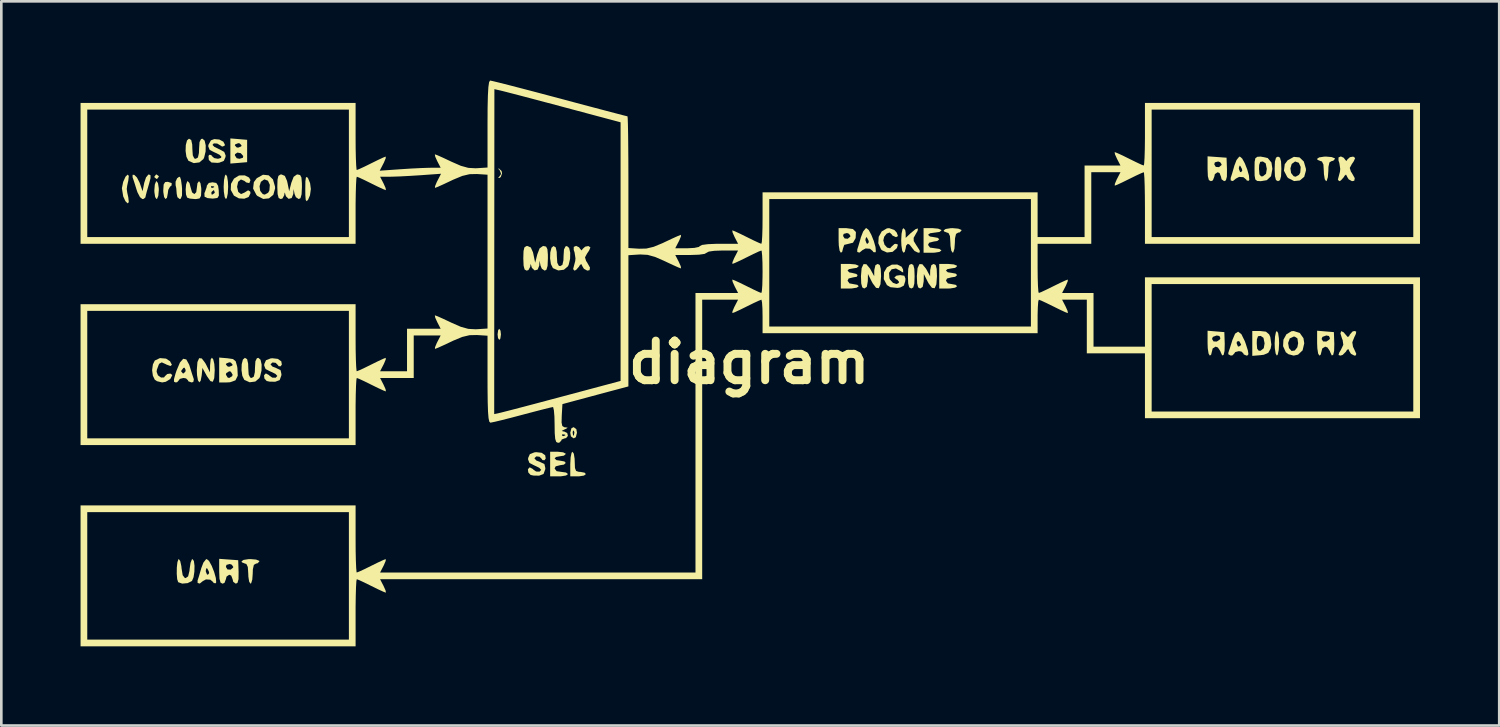
<source format=kicad_pcb>
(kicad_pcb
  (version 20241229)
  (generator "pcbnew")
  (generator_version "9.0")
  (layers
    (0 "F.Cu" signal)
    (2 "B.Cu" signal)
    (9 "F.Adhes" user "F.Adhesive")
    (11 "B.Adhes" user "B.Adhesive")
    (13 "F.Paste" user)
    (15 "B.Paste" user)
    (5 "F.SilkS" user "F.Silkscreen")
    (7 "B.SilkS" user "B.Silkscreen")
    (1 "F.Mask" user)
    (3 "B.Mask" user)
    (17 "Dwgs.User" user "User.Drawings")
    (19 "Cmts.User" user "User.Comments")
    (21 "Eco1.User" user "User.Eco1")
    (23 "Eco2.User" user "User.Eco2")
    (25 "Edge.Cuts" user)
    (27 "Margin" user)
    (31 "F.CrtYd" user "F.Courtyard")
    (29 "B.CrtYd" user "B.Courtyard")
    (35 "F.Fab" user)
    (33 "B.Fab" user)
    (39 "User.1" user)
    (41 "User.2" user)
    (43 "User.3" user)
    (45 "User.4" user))
  (footprint "diagram"
    (layer "F.Cu")
    (at 25.315 10.668)
    (property "Reference" "diagram" (at 0 0 0) (layer "F.SilkS") (effects (font (size 1.5 1.5) (thickness 0.3))))
    (attr board_only exclude_from_pos_files exclude_from_bom)
    (fp_poly (pts (xy -22.354 -7.048) (xy -22.352 -7.027) (xy -22.416 -6.945) (xy -22.437 -6.943) (xy -22.519 -7.007) (xy -22.521 -7.027) (xy -22.457 -7.11) (xy -22.437 -7.112)) (stroke (width 0) (type solid)) (fill yes) (layer "F.SilkS"))
    (fp_poly (pts (xy -9.414 -1.197) (xy -9.398 -1.058) (xy -9.42 -0.899) (xy -9.461 -0.847) (xy -9.509 -0.919) (xy -9.525 -1.058) (xy -9.503 -1.218) (xy -9.461 -1.27)) (stroke (width 0) (type solid)) (fill yes) (layer "F.SilkS"))
    (fp_poly (pts (xy -22.384 -6.783) (xy -22.354 -6.595) (xy -22.352 -6.519) (xy -22.371 -6.307) (xy -22.418 -6.189) (xy -22.437 -6.181) (xy -22.49 -6.256) (xy -22.519 -6.443) (xy -22.521 -6.519) (xy -22.503 -6.731) (xy -22.456 -6.849) (xy -22.437 -6.858)) (stroke (width 0) (type solid)) (fill yes) (layer "F.SilkS"))
    (fp_poly (pts (xy -19.766 -7.035) (xy -19.735 -6.838) (xy -19.727 -6.646) (xy -19.741 -6.391) (xy -19.777 -6.222) (xy -19.812 -6.181) (xy -19.858 -6.257) (xy -19.889 -6.455) (xy -19.897 -6.646) (xy -19.883 -6.901) (xy -19.847 -7.07) (xy -19.812 -7.112)) (stroke (width 0) (type solid)) (fill yes) (layer "F.SilkS"))
    (fp_poly (pts (xy -16.701 -6.97) (xy -16.624 -6.782) (xy -16.595 -6.562) (xy -16.628 -6.324) (xy -16.701 -6.153) (xy -16.757 -6.1) (xy -16.79 -6.151) (xy -16.804 -6.329) (xy -16.806 -6.562) (xy -16.802 -6.852) (xy -16.783 -6.996) (xy -16.746 -7.019)) (stroke (width 0) (type solid)) (fill yes) (layer "F.SilkS"))
    (fp_poly (pts (xy -9.464 -7.331) (xy -9.373 -7.241) (xy -9.356 -7.154) (xy -9.406 -7.013) (xy -9.464 -6.977) (xy -9.513 -6.981) (xy -9.485 -6.998) (xy -9.404 -7.111) (xy -9.398 -7.154) (xy -9.454 -7.288) (xy -9.485 -7.31) (xy -9.504 -7.337)) (stroke (width 0) (type solid)) (fill yes) (layer "F.SilkS"))
    (fp_poly (pts (xy 6.215 -3.684) (xy 6.254 -3.537) (xy 6.265 -3.26) (xy 6.254 -2.979) (xy 6.214 -2.834) (xy 6.138 -2.794) (xy 6.062 -2.836) (xy 6.022 -2.983) (xy 6.011 -3.26) (xy 6.023 -3.54) (xy 6.063 -3.685) (xy 6.138 -3.725)) (stroke (width 0) (type solid)) (fill yes) (layer "F.SilkS"))
    (fp_poly (pts (xy 20.028 -1.109) (xy 20.058 -0.911) (xy 20.066 -0.72) (xy 20.052 -0.465) (xy 20.016 -0.296) (xy 19.981 -0.254) (xy 19.935 -0.331) (xy 19.904 -0.528) (xy 19.897 -0.72) (xy 19.911 -0.975) (xy 19.946 -1.144) (xy 19.981 -1.185)) (stroke (width 0) (type solid)) (fill yes) (layer "F.SilkS"))
    (fp_poly (pts (xy 20.1 -7.748) (xy 20.14 -7.601) (xy 20.151 -7.324) (xy 20.139 -7.043) (xy 20.099 -6.898) (xy 20.024 -6.858) (xy 19.947 -6.9) (xy 19.908 -7.047) (xy 19.897 -7.324) (xy 19.908 -7.604) (xy 19.948 -7.749) (xy 20.024 -7.789)) (stroke (width 0) (type solid)) (fill yes) (layer "F.SilkS"))
    (fp_poly (pts (xy -21.866 -6.787) (xy -21.867 -6.698) (xy -21.929 -6.646) (xy -21.994 -6.53) (xy -22.013 -6.387) (xy -22.043 -6.231) (xy -22.098 -6.181) (xy -22.151 -6.256) (xy -22.181 -6.443) (xy -22.183 -6.514) (xy -22.169 -6.731) (xy -22.114 -6.823) (xy -22.013 -6.835)) (stroke (width 0) (type solid)) (fill yes) (layer "F.SilkS"))
    (fp_poly (pts (xy -23.487 -7.058) (xy -23.507 -6.881) (xy -23.551 -6.68) (xy -23.566 -6.562) (xy -23.546 -6.42) (xy -23.507 -6.243) (xy -23.488 -6.063) (xy -23.534 -6.018) (xy -23.617 -6.102) (xy -23.7 -6.281) (xy -23.75 -6.592) (xy -23.701 -6.832) (xy -23.612 -7.029) (xy -23.531 -7.107)) (stroke (width 0) (type solid)) (fill yes) (layer "F.SilkS"))
    (fp_poly (pts (xy -21.547 -7.012) (xy -21.511 -6.903) (xy -21.481 -6.687) (xy -21.472 -6.57) (xy -21.474 -6.311) (xy -21.522 -6.193) (xy -21.562 -6.181) (xy -21.648 -6.253) (xy -21.675 -6.385) (xy -21.691 -6.594) (xy -21.716 -6.703) (xy -21.717 -6.837) (xy -21.66 -6.966) (xy -21.581 -7.026)) (stroke (width 0) (type solid)) (fill yes) (layer "F.SilkS"))
    (fp_poly (pts (xy -6.638 3.462) (xy -6.608 3.654) (xy -6.604 3.768) (xy -6.595 4.003) (xy -6.552 4.114) (xy -6.449 4.147) (xy -6.392 4.149) (xy -6.233 4.178) (xy -6.181 4.233) (xy -6.255 4.289) (xy -6.438 4.317) (xy -6.477 4.318) (xy -6.773 4.318) (xy -6.773 3.852) (xy -6.759 3.597) (xy -6.724 3.428) (xy -6.689 3.387)) (stroke (width 0) (type solid)) (fill yes) (layer "F.SilkS"))
    (fp_poly (pts (xy -6.544 2.529) (xy -6.519 2.667) (xy -6.563 2.837) (xy -6.646 2.879) (xy -6.748 2.805) (xy -6.773 2.667) (xy -6.772 2.66) (xy -6.682 2.66) (xy -6.666 2.77) (xy -6.638 2.771) (xy -6.617 2.658) (xy -6.631 2.609) (xy -6.668 2.577) (xy -6.682 2.66) (xy -6.772 2.66) (xy -6.729 2.497) (xy -6.646 2.455)) (stroke (width 0) (type solid)) (fill yes) (layer "F.SilkS"))
    (fp_poly (pts (xy -18.669 7.469) (xy -18.551 7.516) (xy -18.542 7.535) (xy -18.611 7.61) (xy -18.669 7.62) (xy -18.753 7.67) (xy -18.791 7.839) (xy -18.796 8.001) (xy -18.813 8.228) (xy -18.855 8.365) (xy -18.881 8.382) (xy -18.931 8.306) (xy -18.961 8.115) (xy -18.965 8.001) (xy -18.982 7.75) (xy -19.038 7.635) (xy -19.092 7.62) (xy -19.205 7.574) (xy -19.219 7.535) (xy -19.144 7.482) (xy -18.957 7.453) (xy -18.881 7.451)) (stroke (width 0) (type solid)) (fill yes) (layer "F.SilkS"))
    (fp_poly (pts (xy 7.917 -5.061) (xy 8.035 -5.014) (xy 8.043 -4.995) (xy 7.975 -4.92) (xy 7.916 -4.911) (xy 7.833 -4.861) (xy 7.794 -4.691) (xy 7.789 -4.53) (xy 7.773 -4.302) (xy 7.73 -4.166) (xy 7.705 -4.149) (xy 7.654 -4.224) (xy 7.624 -4.416) (xy 7.62 -4.53) (xy 7.603 -4.781) (xy 7.547 -4.895) (xy 7.493 -4.911) (xy 7.38 -4.956) (xy 7.366 -4.995) (xy 7.441 -5.048) (xy 7.629 -5.078) (xy 7.705 -5.08)) (stroke (width 0) (type solid)) (fill yes) (layer "F.SilkS"))
    (fp_poly (pts (xy 22.056 -7.771) (xy 22.174 -7.724) (xy 22.183 -7.705) (xy 22.114 -7.63) (xy 22.056 -7.62) (xy 21.972 -7.57) (xy 21.934 -7.401) (xy 21.929 -7.239) (xy 21.912 -7.012) (xy 21.869 -6.875) (xy 21.844 -6.858) (xy 21.794 -6.934) (xy 21.763 -7.125) (xy 21.759 -7.239) (xy 21.743 -7.49) (xy 21.686 -7.605) (xy 21.632 -7.62) (xy 21.52 -7.666) (xy 21.505 -7.705) (xy 21.58 -7.758) (xy 21.768 -7.787) (xy 21.844 -7.789)) (stroke (width 0) (type solid)) (fill yes) (layer "F.SilkS"))
    (fp_poly (pts (xy -20.775 -6.783) (xy -20.745 -6.595) (xy -20.743 -6.519) (xy -20.754 -6.302) (xy -20.808 -6.205) (xy -20.94 -6.181) (xy -20.983 -6.181) (xy -21.177 -6.199) (xy -21.28 -6.237) (xy -21.323 -6.355) (xy -21.335 -6.543) (xy -21.319 -6.731) (xy -21.278 -6.847) (xy -21.257 -6.858) (xy -21.19 -6.785) (xy -21.151 -6.632) (xy -21.093 -6.435) (xy -21.008 -6.369) (xy -20.935 -6.44) (xy -20.913 -6.597) (xy -20.889 -6.778) (xy -20.831 -6.858) (xy -20.828 -6.858)) (stroke (width 0) (type solid)) (fill yes) (layer "F.SilkS"))
    (fp_poly (pts (xy -20.291 -0.112) (xy -20.25 0.062) (xy -20.235 0.296) (xy -20.253 0.599) (xy -20.307 0.736) (xy -20.399 0.711) (xy -20.531 0.523) (xy -20.55 0.487) (xy -20.701 0.212) (xy -20.727 0.487) (xy -20.767 0.7) (xy -20.819 0.76) (xy -20.87 0.683) (xy -20.905 0.483) (xy -20.913 0.296) (xy -20.89 -0.009) (xy -20.824 -0.157) (xy -20.723 -0.144) (xy -20.591 0.032) (xy -20.552 0.106) (xy -20.415 0.381) (xy -20.41 0.106) (xy -20.388 -0.108) (xy -20.342 -0.174)) (stroke (width 0) (type solid)) (fill yes) (layer "F.SilkS"))
    (fp_poly (pts (xy -18.935 -6.996) (xy -18.881 -6.899) (xy -18.926 -6.785) (xy -19.043 -6.811) (xy -19.11 -6.868) (xy -19.243 -6.922) (xy -19.348 -6.836) (xy -19.389 -6.646) (xy -19.345 -6.452) (xy -19.239 -6.37) (xy -19.11 -6.425) (xy -18.97 -6.514) (xy -18.89 -6.464) (xy -18.881 -6.401) (xy -18.949 -6.262) (xy -19.115 -6.194) (xy -19.32 -6.207) (xy -19.505 -6.309) (xy -19.51 -6.314) (xy -19.628 -6.528) (xy -19.618 -6.758) (xy -19.505 -6.956) (xy -19.313 -7.075) (xy -19.096 -7.078)) (stroke (width 0) (type solid)) (fill yes) (layer "F.SilkS"))
    (fp_poly (pts (xy 4.945 -3.684) (xy 4.984 -3.537) (xy 4.995 -3.26) (xy 4.972 -2.954) (xy 4.907 -2.806) (xy 4.806 -2.819) (xy 4.674 -2.996) (xy 4.635 -3.069) (xy 4.498 -3.344) (xy 4.493 -3.069) (xy 4.455 -2.856) (xy 4.36 -2.794) (xy 4.284 -2.836) (xy 4.244 -2.983) (xy 4.233 -3.26) (xy 4.259 -3.565) (xy 4.33 -3.718) (xy 4.439 -3.714) (xy 4.577 -3.548) (xy 4.608 -3.493) (xy 4.735 -3.26) (xy 4.738 -3.493) (xy 4.782 -3.678) (xy 4.868 -3.725)) (stroke (width 0) (type solid)) (fill yes) (layer "F.SilkS"))
    (fp_poly (pts (xy 7.062 -3.684) (xy 7.101 -3.537) (xy 7.112 -3.26) (xy 7.089 -2.954) (xy 7.024 -2.806) (xy 6.922 -2.819) (xy 6.79 -2.996) (xy 6.752 -3.069) (xy 6.615 -3.344) (xy 6.609 -3.069) (xy 6.571 -2.856) (xy 6.477 -2.794) (xy 6.4 -2.836) (xy 6.361 -2.983) (xy 6.35 -3.26) (xy 6.376 -3.565) (xy 6.447 -3.718) (xy 6.556 -3.714) (xy 6.693 -3.548) (xy 6.725 -3.493) (xy 6.851 -3.26) (xy 6.855 -3.493) (xy 6.898 -3.678) (xy 6.985 -3.725)) (stroke (width 0) (type solid)) (fill yes) (layer "F.SilkS"))
    (fp_poly (pts (xy -22.667 -7.085) (xy -22.665 -6.978) (xy -22.722 -6.756) (xy -22.736 -6.71) (xy -22.807 -6.465) (xy -22.852 -6.289) (xy -22.859 -6.244) (xy -22.928 -6.186) (xy -22.974 -6.181) (xy -23.065 -6.254) (xy -23.161 -6.439) (xy -23.191 -6.528) (xy -23.268 -6.777) (xy -23.332 -6.97) (xy -23.345 -7.005) (xy -23.344 -7.1) (xy -23.281 -7.097) (xy -23.18 -6.998) (xy -23.08 -6.804) (xy -23.067 -6.768) (xy -22.966 -6.477) (xy -22.904 -6.795) (xy -22.836 -7.002) (xy -22.748 -7.108) (xy -22.728 -7.112)) (stroke (width 0) (type solid)) (fill yes) (layer "F.SilkS"))
    (fp_poly (pts (xy 19.567 -1.16) (xy 19.687 -1.059) (xy 19.732 -0.961) (xy 19.773 -0.669) (xy 19.745 -0.516) (xy 19.655 -0.359) (xy 19.487 -0.286) (xy 19.361 -0.27) (xy 19.05 -0.244) (xy 19.05 -0.715) (xy 19.05 -0.72) (xy 19.219 -0.72) (xy 19.235 -0.514) (xy 19.296 -0.438) (xy 19.367 -0.439) (xy 19.485 -0.534) (xy 19.516 -0.72) (xy 19.473 -0.928) (xy 19.367 -1) (xy 19.267 -0.986) (xy 19.225 -0.867) (xy 19.219 -0.72) (xy 19.05 -0.72) (xy 19.05 -1.185) (xy 19.348 -1.185)) (stroke (width 0) (type solid)) (fill yes) (layer "F.SilkS"))
    (fp_poly (pts (xy -20.617 -8.394) (xy -20.576 -8.214) (xy -20.58 -7.983) (xy -20.634 -7.759) (xy -20.662 -7.699) (xy -20.814 -7.569) (xy -21.028 -7.542) (xy -21.223 -7.626) (xy -21.234 -7.637) (xy -21.307 -7.784) (xy -21.338 -8.001) (xy -21.33 -8.226) (xy -21.284 -8.401) (xy -21.209 -8.467) (xy -21.125 -8.417) (xy -21.087 -8.247) (xy -21.082 -8.086) (xy -21.065 -7.835) (xy -21.009 -7.72) (xy -20.955 -7.705) (xy -20.871 -7.755) (xy -20.833 -7.924) (xy -20.828 -8.086) (xy -20.811 -8.337) (xy -20.755 -8.451) (xy -20.701 -8.467)) (stroke (width 0) (type solid)) (fill yes) (layer "F.SilkS"))
    (fp_poly (pts (xy -18.5 -0.097) (xy -18.459 0.084) (xy -18.464 0.314) (xy -18.517 0.538) (xy -18.545 0.598) (xy -18.698 0.728) (xy -18.911 0.756) (xy -19.106 0.671) (xy -19.118 0.66) (xy -19.19 0.513) (xy -19.221 0.297) (xy -19.213 0.071) (xy -19.168 -0.104) (xy -19.092 -0.169) (xy -19.009 -0.119) (xy -18.97 0.05) (xy -18.965 0.212) (xy -18.949 0.463) (xy -18.892 0.577) (xy -18.838 0.593) (xy -18.755 0.543) (xy -18.716 0.373) (xy -18.711 0.212) (xy -18.695 -0.039) (xy -18.638 -0.154) (xy -18.584 -0.169)) (stroke (width 0) (type solid)) (fill yes) (layer "F.SilkS"))
    (fp_poly (pts (xy -6.816 -4.33) (xy -6.775 -4.15) (xy -6.78 -3.919) (xy -6.833 -3.695) (xy -6.861 -3.635) (xy -7.014 -3.505) (xy -7.227 -3.478) (xy -7.422 -3.562) (xy -7.434 -3.573) (xy -7.506 -3.72) (xy -7.537 -3.937) (xy -7.529 -4.162) (xy -7.484 -4.337) (xy -7.408 -4.403) (xy -7.325 -4.353) (xy -7.286 -4.183) (xy -7.281 -4.022) (xy -7.265 -3.771) (xy -7.208 -3.656) (xy -7.154 -3.641) (xy -7.071 -3.691) (xy -7.032 -3.86) (xy -7.027 -4.022) (xy -7.011 -4.273) (xy -6.954 -4.387) (xy -6.9 -4.403)) (stroke (width 0) (type solid)) (fill yes) (layer "F.SilkS"))
    (fp_poly (pts (xy 3.93 -5.046) (xy 4.042 -4.932) (xy 4.033 -4.716) (xy 4.028 -4.694) (xy 3.931 -4.528) (xy 3.766 -4.487) (xy 3.601 -4.447) (xy 3.556 -4.318) (xy 3.521 -4.18) (xy 3.471 -4.149) (xy 3.425 -4.225) (xy 3.394 -4.423) (xy 3.387 -4.614) (xy 3.387 -4.784) (xy 3.556 -4.784) (xy 3.615 -4.689) (xy 3.734 -4.679) (xy 3.827 -4.756) (xy 3.836 -4.783) (xy 3.781 -4.866) (xy 3.704 -4.895) (xy 3.578 -4.862) (xy 3.556 -4.784) (xy 3.387 -4.784) (xy 3.387 -5.08) (xy 3.678 -5.08)) (stroke (width 0) (type solid)) (fill yes) (layer "F.SilkS"))
    (fp_poly (pts (xy 4.022 -3.707) (xy 4.14 -3.66) (xy 4.149 -3.641) (xy 4.076 -3.577) (xy 3.937 -3.556) (xy 3.778 -3.527) (xy 3.725 -3.471) (xy 3.796 -3.402) (xy 3.89 -3.387) (xy 4.052 -3.348) (xy 4.106 -3.302) (xy 4.076 -3.239) (xy 3.942 -3.217) (xy 3.768 -3.174) (xy 3.725 -3.09) (xy 3.799 -2.988) (xy 3.937 -2.963) (xy 4.096 -2.934) (xy 4.149 -2.879) (xy 4.074 -2.826) (xy 3.886 -2.796) (xy 3.81 -2.794) (xy 3.471 -2.794) (xy 3.471 -3.26) (xy 3.471 -3.725) (xy 3.81 -3.725)) (stroke (width 0) (type solid)) (fill yes) (layer "F.SilkS"))
    (fp_poly (pts (xy 7.747 -3.707) (xy 7.865 -3.66) (xy 7.874 -3.641) (xy 7.802 -3.577) (xy 7.662 -3.556) (xy 7.503 -3.527) (xy 7.451 -3.471) (xy 7.523 -3.408) (xy 7.662 -3.387) (xy 7.821 -3.358) (xy 7.874 -3.302) (xy 7.802 -3.238) (xy 7.662 -3.217) (xy 7.492 -3.173) (xy 7.451 -3.09) (xy 7.524 -2.988) (xy 7.662 -2.963) (xy 7.821 -2.934) (xy 7.874 -2.879) (xy 7.799 -2.826) (xy 7.611 -2.796) (xy 7.535 -2.794) (xy 7.197 -2.794) (xy 7.197 -3.26) (xy 7.197 -3.725) (xy 7.535 -3.725)) (stroke (width 0) (type solid)) (fill yes) (layer "F.SilkS"))
    (fp_poly (pts (xy 19.633 -7.735) (xy 19.776 -7.565) (xy 19.812 -7.324) (xy 19.761 -7.047) (xy 19.6 -6.896) (xy 19.372 -6.858) (xy 19.236 -6.867) (xy 19.166 -6.923) (xy 19.139 -7.066) (xy 19.135 -7.324) (xy 19.304 -7.324) (xy 19.32 -7.118) (xy 19.381 -7.042) (xy 19.452 -7.043) (xy 19.57 -7.138) (xy 19.6 -7.324) (xy 19.558 -7.532) (xy 19.452 -7.604) (xy 19.352 -7.59) (xy 19.31 -7.471) (xy 19.304 -7.324) (xy 19.135 -7.324) (xy 19.139 -7.59) (xy 19.168 -7.729) (xy 19.241 -7.781) (xy 19.372 -7.789)) (stroke (width 0) (type solid)) (fill yes) (layer "F.SilkS"))
    (fp_poly (pts (xy 20.847 -1.112) (xy 20.988 -0.913) (xy 21.018 -0.72) (xy 20.955 -0.453) (xy 20.783 -0.29) (xy 20.616 -0.254) (xy 20.417 -0.307) (xy 20.32 -0.381) (xy 20.216 -0.61) (xy 20.222 -0.731) (xy 20.407 -0.731) (xy 20.44 -0.539) (xy 20.537 -0.429) (xy 20.659 -0.447) (xy 20.757 -0.57) (xy 20.786 -0.721) (xy 20.759 -0.906) (xy 20.659 -0.971) (xy 20.617 -0.974) (xy 20.469 -0.904) (xy 20.407 -0.731) (xy 20.222 -0.731) (xy 20.229 -0.854) (xy 20.342 -1.06) (xy 20.533 -1.176) (xy 20.616 -1.185)) (stroke (width 0) (type solid)) (fill yes) (layer "F.SilkS"))
    (fp_poly (pts (xy -18.193 -7.08) (xy -18.031 -6.926) (xy -17.952 -6.656) (xy -17.949 -6.584) (xy -18.015 -6.346) (xy -18.181 -6.207) (xy -18.397 -6.185) (xy -18.616 -6.296) (xy -18.656 -6.336) (xy -18.782 -6.578) (xy -18.772 -6.666) (xy -18.538 -6.666) (xy -18.513 -6.49) (xy -18.416 -6.369) (xy -18.339 -6.35) (xy -18.213 -6.42) (xy -18.165 -6.507) (xy -18.148 -6.719) (xy -18.219 -6.876) (xy -18.354 -6.926) (xy -18.361 -6.925) (xy -18.488 -6.833) (xy -18.538 -6.666) (xy -18.772 -6.666) (xy -18.753 -6.823) (xy -18.641 -6.972) (xy -18.407 -7.102)) (stroke (width 0) (type solid)) (fill yes) (layer "F.SilkS"))
    (fp_poly (pts (xy -7.043 3.408) (xy -6.945 3.46) (xy -6.943 3.471) (xy -7.015 3.535) (xy -7.154 3.556) (xy -7.313 3.585) (xy -7.366 3.641) (xy -7.294 3.704) (xy -7.154 3.725) (xy -6.995 3.754) (xy -6.943 3.81) (xy -7.015 3.874) (xy -7.154 3.895) (xy -7.325 3.939) (xy -7.366 4.022) (xy -7.29 4.122) (xy -7.112 4.149) (xy -6.934 4.173) (xy -6.858 4.232) (xy -6.858 4.233) (xy -6.933 4.286) (xy -7.121 4.316) (xy -7.197 4.318) (xy -7.535 4.318) (xy -7.535 3.852) (xy -7.535 3.387) (xy -7.239 3.387)) (stroke (width 0) (type solid)) (fill yes) (layer "F.SilkS"))
    (fp_poly (pts (xy 20.838 -7.758) (xy 21.001 -7.603) (xy 21.079 -7.334) (xy 21.082 -7.261) (xy 21.016 -7.023) (xy 20.851 -6.885) (xy 20.634 -6.862) (xy 20.415 -6.973) (xy 20.375 -7.013) (xy 20.249 -7.255) (xy 20.26 -7.344) (xy 20.494 -7.344) (xy 20.519 -7.167) (xy 20.616 -7.046) (xy 20.693 -7.027) (xy 20.818 -7.098) (xy 20.867 -7.185) (xy 20.883 -7.396) (xy 20.812 -7.554) (xy 20.678 -7.603) (xy 20.67 -7.602) (xy 20.543 -7.511) (xy 20.494 -7.344) (xy 20.26 -7.344) (xy 20.279 -7.5) (xy 20.39 -7.649) (xy 20.624 -7.779)) (stroke (width 0) (type solid)) (fill yes) (layer "F.SilkS"))
    (fp_poly (pts (xy -21.024 7.524) (xy -21 7.703) (xy -21.005 7.928) (xy -21.037 8.139) (xy -21.095 8.276) (xy -21.099 8.28) (xy -21.261 8.361) (xy -21.466 8.379) (xy -21.617 8.326) (xy -21.618 8.326) (xy -21.656 8.211) (xy -21.673 8.007) (xy -21.67 7.773) (xy -21.648 7.57) (xy -21.609 7.458) (xy -21.595 7.451) (xy -21.541 7.526) (xy -21.499 7.716) (xy -21.489 7.811) (xy -21.448 8.062) (xy -21.367 8.165) (xy -21.336 8.17) (xy -21.242 8.105) (xy -21.191 7.896) (xy -21.183 7.811) (xy -21.15 7.591) (xy -21.099 7.463) (xy -21.077 7.451)) (stroke (width 0) (type solid)) (fill yes) (layer "F.SilkS"))
    (fp_poly (pts (xy -22.079 -0.14) (xy -21.927 -0.04) (xy -21.856 0.095) (xy -21.912 0.141) (xy -22.071 0.082) (xy -22.092 0.069) (xy -22.24 0.002) (xy -22.329 0.049) (xy -22.353 0.085) (xy -22.426 0.283) (xy -22.435 0.362) (xy -22.384 0.494) (xy -22.269 0.576) (xy -22.156 0.574) (xy -22.117 0.523) (xy -22.034 0.443) (xy -21.914 0.426) (xy -21.845 0.481) (xy -21.844 0.491) (xy -21.917 0.632) (xy -22.088 0.737) (xy -22.225 0.762) (xy -22.419 0.716) (xy -22.504 0.66) (xy -22.577 0.507) (xy -22.606 0.296) (xy -22.575 0.077) (xy -22.504 -0.068) (xy -22.308 -0.16)) (stroke (width 0) (type solid)) (fill yes) (layer "F.SilkS"))
    (fp_poly (pts (xy 5.497 -5.011) (xy 5.588 -4.911) (xy 5.635 -4.78) (xy 5.569 -4.742) (xy 5.556 -4.741) (xy 5.425 -4.8) (xy 5.399 -4.841) (xy 5.32 -4.915) (xy 5.208 -4.874) (xy 5.112 -4.753) (xy 5.08 -4.614) (xy 5.125 -4.453) (xy 5.226 -4.342) (xy 5.336 -4.317) (xy 5.399 -4.387) (xy 5.501 -4.478) (xy 5.556 -4.487) (xy 5.634 -4.456) (xy 5.598 -4.337) (xy 5.588 -4.318) (xy 5.433 -4.183) (xy 5.22 -4.157) (xy 5.025 -4.245) (xy 4.995 -4.276) (xy 4.89 -4.507) (xy 4.905 -4.751) (xy 5.02 -4.956) (xy 5.216 -5.071) (xy 5.299 -5.08)) (stroke (width 0) (type solid)) (fill yes) (layer "F.SilkS"))
    (fp_poly (pts (xy 5.909 -5.008) (xy 5.927 -4.896) (xy 5.927 -4.712) (xy 6.123 -4.896) (xy 6.302 -5.042) (xy 6.392 -5.068) (xy 6.378 -4.977) (xy 6.314 -4.866) (xy 6.228 -4.712) (xy 6.233 -4.59) (xy 6.336 -4.422) (xy 6.352 -4.4) (xy 6.458 -4.233) (xy 6.46 -4.16) (xy 6.401 -4.149) (xy 6.262 -4.216) (xy 6.181 -4.318) (xy 6.077 -4.452) (xy 6.008 -4.487) (xy 5.942 -4.416) (xy 5.927 -4.318) (xy 5.891 -4.18) (xy 5.842 -4.149) (xy 5.796 -4.225) (xy 5.765 -4.423) (xy 5.757 -4.614) (xy 5.771 -4.869) (xy 5.807 -5.038) (xy 5.842 -5.08)) (stroke (width 0) (type solid)) (fill yes) (layer "F.SilkS"))
    (fp_poly (pts (xy 7.155 -5.061) (xy 7.273 -5.014) (xy 7.281 -4.995) (xy 7.208 -4.936) (xy 7.03 -4.911) (xy 7.027 -4.911) (xy 6.849 -4.886) (xy 6.773 -4.827) (xy 6.773 -4.826) (xy 6.846 -4.762) (xy 6.985 -4.741) (xy 7.144 -4.712) (xy 7.197 -4.657) (xy 7.124 -4.593) (xy 6.985 -4.572) (xy 6.815 -4.528) (xy 6.773 -4.445) (xy 6.849 -4.344) (xy 7.027 -4.318) (xy 7.206 -4.293) (xy 7.281 -4.234) (xy 7.281 -4.233) (xy 7.206 -4.18) (xy 7.019 -4.151) (xy 6.943 -4.149) (xy 6.604 -4.149) (xy 6.604 -4.614) (xy 6.604 -5.08) (xy 6.943 -5.08)) (stroke (width 0) (type solid)) (fill yes) (layer "F.SilkS"))
    (fp_poly (pts (xy 17.674 -1.169) (xy 17.992 -1.143) (xy 18.007 -0.699) (xy 18 -0.431) (xy 17.964 -0.28) (xy 17.911 -0.26) (xy 17.849 -0.391) (xy 17.84 -0.423) (xy 17.747 -0.561) (xy 17.661 -0.593) (xy 17.549 -0.522) (xy 17.526 -0.423) (xy 17.491 -0.286) (xy 17.441 -0.254) (xy 17.395 -0.331) (xy 17.364 -0.528) (xy 17.357 -0.725) (xy 17.357 -0.883) (xy 17.526 -0.883) (xy 17.584 -0.79) (xy 17.707 -0.786) (xy 17.82 -0.863) (xy 17.844 -0.91) (xy 17.805 -0.996) (xy 17.702 -1.016) (xy 17.557 -0.962) (xy 17.526 -0.883) (xy 17.357 -0.883) (xy 17.357 -1.196)) (stroke (width 0) (type solid)) (fill yes) (layer "F.SilkS"))
    (fp_poly (pts (xy 21.823 -1.169) (xy 22.14 -1.143) (xy 22.156 -0.699) (xy 22.149 -0.431) (xy 22.113 -0.28) (xy 22.059 -0.26) (xy 21.998 -0.391) (xy 21.989 -0.423) (xy 21.896 -0.561) (xy 21.81 -0.593) (xy 21.698 -0.522) (xy 21.675 -0.423) (xy 21.639 -0.286) (xy 21.59 -0.254) (xy 21.544 -0.331) (xy 21.513 -0.528) (xy 21.505 -0.725) (xy 21.505 -0.883) (xy 21.675 -0.883) (xy 21.732 -0.79) (xy 21.855 -0.786) (xy 21.968 -0.863) (xy 21.992 -0.91) (xy 21.953 -0.996) (xy 21.851 -1.016) (xy 21.706 -0.962) (xy 21.675 -0.883) (xy 21.505 -0.883) (xy 21.505 -1.196)) (stroke (width 0) (type solid)) (fill yes) (layer "F.SilkS"))
    (fp_poly (pts (xy -19.706 7.467) (xy -19.346 7.493) (xy -19.331 7.938) (xy -19.334 8.212) (xy -19.372 8.349) (xy -19.437 8.382) (xy -19.535 8.311) (xy -19.558 8.213) (xy -19.611 8.075) (xy -19.685 8.043) (xy -19.788 8.114) (xy -19.812 8.213) (xy -19.865 8.351) (xy -19.939 8.382) (xy -20.015 8.341) (xy -20.055 8.195) (xy -20.066 7.913) (xy -20.066 7.911) (xy -20.066 7.747) (xy -19.812 7.747) (xy -19.753 7.842) (xy -19.634 7.851) (xy -19.541 7.775) (xy -19.532 7.748) (xy -19.587 7.665) (xy -19.664 7.636) (xy -19.79 7.669) (xy -19.812 7.747) (xy -20.066 7.747) (xy -20.066 7.441)) (stroke (width 0) (type solid)) (fill yes) (layer "F.SilkS"))
    (fp_poly (pts (xy -19.325 -8.451) (xy -19.008 -8.424) (xy -19.008 -8.001) (xy -19.008 -7.578) (xy -19.325 -7.551) (xy -19.643 -7.525) (xy -19.643 -7.838) (xy -19.473 -7.838) (xy -19.402 -7.728) (xy -19.297 -7.705) (xy -19.168 -7.745) (xy -19.156 -7.811) (xy -19.247 -7.916) (xy -19.375 -7.942) (xy -19.465 -7.882) (xy -19.473 -7.838) (xy -19.643 -7.838) (xy -19.643 -8.001) (xy -19.643 -8.213) (xy -19.473 -8.213) (xy -19.405 -8.138) (xy -19.346 -8.128) (xy -19.234 -8.174) (xy -19.219 -8.213) (xy -19.288 -8.288) (xy -19.346 -8.297) (xy -19.459 -8.252) (xy -19.473 -8.213) (xy -19.643 -8.213) (xy -19.643 -8.477)) (stroke (width 0) (type solid)) (fill yes) (layer "F.SilkS"))
    (fp_poly (pts (xy 17.716 -7.773) (xy 18.076 -7.747) (xy 18.092 -7.303) (xy 18.089 -7.028) (xy 18.051 -6.891) (xy 17.986 -6.858) (xy 17.888 -6.929) (xy 17.865 -7.027) (xy 17.812 -7.165) (xy 17.738 -7.197) (xy 17.634 -7.126) (xy 17.611 -7.027) (xy 17.558 -6.889) (xy 17.484 -6.858) (xy 17.407 -6.899) (xy 17.368 -7.045) (xy 17.357 -7.327) (xy 17.357 -7.329) (xy 17.357 -7.493) (xy 17.611 -7.493) (xy 17.669 -7.398) (xy 17.789 -7.389) (xy 17.882 -7.465) (xy 17.89 -7.492) (xy 17.836 -7.575) (xy 17.759 -7.604) (xy 17.633 -7.571) (xy 17.611 -7.493) (xy 17.357 -7.493) (xy 17.357 -7.799)) (stroke (width 0) (type solid)) (fill yes) (layer "F.SilkS"))
    (fp_poly (pts (xy -6.441 -4.356) (xy -6.399 -4.297) (xy -6.344 -4.235) (xy -6.301 -4.297) (xy -6.208 -4.379) (xy -6.086 -4.402) (xy -6.015 -4.354) (xy -6.014 -4.339) (xy -6.062 -4.228) (xy -6.138 -4.116) (xy -6.215 -3.973) (xy -6.174 -3.838) (xy -6.135 -3.78) (xy -6.026 -3.586) (xy -6.043 -3.489) (xy -6.129 -3.471) (xy -6.255 -3.54) (xy -6.304 -3.619) (xy -6.357 -3.723) (xy -6.412 -3.675) (xy -6.445 -3.619) (xy -6.553 -3.497) (xy -6.617 -3.471) (xy -6.665 -3.532) (xy -6.642 -3.619) (xy -6.585 -3.835) (xy -6.576 -3.937) (xy -6.61 -4.16) (xy -6.642 -4.255) (xy -6.641 -4.37) (xy -6.552 -4.408)) (stroke (width 0) (type solid)) (fill yes) (layer "F.SilkS"))
    (fp_poly (pts (xy 22.515 -7.743) (xy 22.557 -7.684) (xy 22.612 -7.621) (xy 22.655 -7.684) (xy 22.748 -7.766) (xy 22.87 -7.789) (xy 22.941 -7.74) (xy 22.942 -7.726) (xy 22.894 -7.615) (xy 22.818 -7.503) (xy 22.741 -7.36) (xy 22.782 -7.225) (xy 22.821 -7.166) (xy 22.93 -6.973) (xy 22.913 -6.876) (xy 22.827 -6.858) (xy 22.701 -6.927) (xy 22.652 -7.006) (xy 22.599 -7.109) (xy 22.544 -7.062) (xy 22.511 -7.006) (xy 22.403 -6.884) (xy 22.339 -6.858) (xy 22.291 -6.919) (xy 22.314 -7.006) (xy 22.371 -7.221) (xy 22.38 -7.324) (xy 22.346 -7.546) (xy 22.314 -7.641) (xy 22.315 -7.757) (xy 22.404 -7.795)) (stroke (width 0) (type solid)) (fill yes) (layer "F.SilkS"))
    (fp_poly (pts (xy 22.986 -1.164) (xy 22.971 -1.072) (xy 22.913 -0.951) (xy 22.837 -0.758) (xy 22.863 -0.591) (xy 22.913 -0.486) (xy 22.987 -0.324) (xy 22.972 -0.262) (xy 22.914 -0.254) (xy 22.786 -0.323) (xy 22.736 -0.402) (xy 22.684 -0.505) (xy 22.628 -0.458) (xy 22.596 -0.402) (xy 22.471 -0.279) (xy 22.388 -0.254) (xy 22.315 -0.275) (xy 22.341 -0.366) (xy 22.404 -0.469) (xy 22.496 -0.661) (xy 22.472 -0.841) (xy 22.446 -0.903) (xy 22.388 -1.093) (xy 22.415 -1.18) (xy 22.507 -1.138) (xy 22.568 -1.066) (xy 22.662 -0.959) (xy 22.716 -0.989) (xy 22.74 -1.045) (xy 22.845 -1.166) (xy 22.914 -1.185)) (stroke (width 0) (type solid)) (fill yes) (layer "F.SilkS"))
    (fp_poly (pts (xy -20.449 7.524) (xy -20.349 7.706) (xy -20.257 7.938) (xy -20.193 8.165) (xy -20.179 8.328) (xy -20.196 8.366) (xy -20.274 8.358) (xy -20.296 8.319) (xy -20.402 8.231) (xy -20.566 8.22) (xy -20.696 8.29) (xy -20.701 8.297) (xy -20.801 8.378) (xy -20.883 8.354) (xy -20.884 8.26) (xy -20.833 8.104) (xy -20.779 7.916) (xy -20.574 7.916) (xy -20.53 8.029) (xy -20.492 8.043) (xy -20.445 7.981) (xy -20.459 7.916) (xy -20.519 7.805) (xy -20.541 7.789) (xy -20.57 7.858) (xy -20.574 7.916) (xy -20.779 7.916) (xy -20.764 7.866) (xy -20.745 7.795) (xy -20.662 7.58) (xy -20.565 7.46) (xy -20.535 7.451)) (stroke (width 0) (type solid)) (fill yes) (layer "F.SilkS"))
    (fp_poly (pts (xy 4.528 -5.007) (xy 4.627 -4.825) (xy 4.72 -4.592) (xy 4.784 -4.366) (xy 4.797 -4.203) (xy 4.781 -4.164) (xy 4.703 -4.172) (xy 4.68 -4.212) (xy 4.575 -4.299) (xy 4.41 -4.311) (xy 4.281 -4.241) (xy 4.276 -4.233) (xy 4.176 -4.153) (xy 4.094 -4.177) (xy 4.093 -4.27) (xy 4.143 -4.427) (xy 4.198 -4.614) (xy 4.403 -4.614) (xy 4.447 -4.502) (xy 4.485 -4.487) (xy 4.531 -4.549) (xy 4.518 -4.614) (xy 4.458 -4.726) (xy 4.436 -4.741) (xy 4.406 -4.672) (xy 4.403 -4.614) (xy 4.198 -4.614) (xy 4.212 -4.665) (xy 4.232 -4.736) (xy 4.315 -4.951) (xy 4.411 -5.071) (xy 4.441 -5.08)) (stroke (width 0) (type solid)) (fill yes) (layer "F.SilkS"))
    (fp_poly (pts (xy 18.667 -7.716) (xy 18.767 -7.534) (xy 18.859 -7.302) (xy 18.923 -7.075) (xy 18.937 -6.912) (xy 18.92 -6.874) (xy 18.842 -6.882) (xy 18.82 -6.921) (xy 18.714 -7.009) (xy 18.55 -7.02) (xy 18.42 -6.95) (xy 18.415 -6.943) (xy 18.315 -6.862) (xy 18.233 -6.886) (xy 18.232 -6.98) (xy 18.283 -7.136) (xy 18.337 -7.324) (xy 18.542 -7.324) (xy 18.586 -7.211) (xy 18.624 -7.197) (xy 18.671 -7.259) (xy 18.657 -7.324) (xy 18.597 -7.435) (xy 18.575 -7.451) (xy 18.546 -7.382) (xy 18.542 -7.324) (xy 18.337 -7.324) (xy 18.352 -7.374) (xy 18.371 -7.445) (xy 18.454 -7.66) (xy 18.551 -7.78) (xy 18.581 -7.789)) (stroke (width 0) (type solid)) (fill yes) (layer "F.SilkS"))
    (fp_poly (pts (xy -21.311 -0.108) (xy -21.204 0.086) (xy -21.175 0.175) (xy -21.099 0.421) (xy -21.037 0.609) (xy -21.025 0.644) (xy -21.046 0.745) (xy -21.115 0.762) (xy -21.234 0.719) (xy -21.251 0.677) (xy -21.322 0.609) (xy -21.421 0.593) (xy -21.558 0.628) (xy -21.59 0.677) (xy -21.658 0.753) (xy -21.712 0.762) (xy -21.774 0.738) (xy -21.778 0.641) (xy -21.722 0.436) (xy -21.691 0.344) (xy -21.505 0.344) (xy -21.441 0.421) (xy -21.421 0.423) (xy -21.346 0.354) (xy -21.336 0.291) (xy -21.377 0.204) (xy -21.421 0.212) (xy -21.502 0.32) (xy -21.505 0.344) (xy -21.691 0.344) (xy -21.683 0.318) (xy -21.552 0.008) (xy -21.427 -0.134)) (stroke (width 0) (type solid)) (fill yes) (layer "F.SilkS"))
    (fp_poly (pts (xy 5.774 -3.618) (xy 5.828 -3.514) (xy 5.833 -3.401) (xy 5.767 -3.433) (xy 5.749 -3.45) (xy 5.558 -3.553) (xy 5.394 -3.521) (xy 5.297 -3.388) (xy 5.31 -3.187) (xy 5.337 -3.127) (xy 5.448 -3.008) (xy 5.578 -2.963) (xy 5.665 -3.007) (xy 5.673 -3.048) (xy 5.608 -3.13) (xy 5.588 -3.133) (xy 5.506 -3.197) (xy 5.503 -3.217) (xy 5.576 -3.28) (xy 5.721 -3.302) (xy 5.876 -3.277) (xy 5.918 -3.167) (xy 5.911 -3.074) (xy 5.858 -2.906) (xy 5.715 -2.831) (xy 5.619 -2.817) (xy 5.351 -2.843) (xy 5.217 -2.923) (xy 5.097 -3.15) (xy 5.107 -3.409) (xy 5.218 -3.597) (xy 5.403 -3.698) (xy 5.61 -3.702)) (stroke (width 0) (type solid)) (fill yes) (layer "F.SilkS"))
    (fp_poly (pts (xy 18.636 -1.067) (xy 18.765 -0.806) (xy 18.804 -0.699) (xy 18.885 -0.442) (xy 18.904 -0.306) (xy 18.865 -0.257) (xy 18.833 -0.254) (xy 18.724 -0.301) (xy 18.711 -0.339) (xy 18.64 -0.407) (xy 18.542 -0.423) (xy 18.404 -0.388) (xy 18.373 -0.339) (xy 18.303 -0.265) (xy 18.237 -0.254) (xy 18.14 -0.307) (xy 18.146 -0.372) (xy 18.198 -0.524) (xy 18.261 -0.725) (xy 18.457 -0.725) (xy 18.502 -0.609) (xy 18.542 -0.593) (xy 18.624 -0.653) (xy 18.627 -0.672) (xy 18.565 -0.787) (xy 18.542 -0.804) (xy 18.47 -0.785) (xy 18.457 -0.725) (xy 18.261 -0.725) (xy 18.272 -0.76) (xy 18.296 -0.841) (xy 18.4 -1.085) (xy 18.514 -1.16)) (stroke (width 0) (type solid)) (fill yes) (layer "F.SilkS"))
    (fp_poly (pts (xy -19.749 -0.153) (xy -19.544 -0.123) (xy -19.442 -0.041) (xy -19.389 0.144) (xy -19.377 0.212) (xy -19.363 0.509) (xy -19.45 0.683) (xy -19.657 0.756) (xy -19.78 0.762) (xy -20.066 0.762) (xy -20.066 0.466) (xy -19.812 0.466) (xy -19.744 0.578) (xy -19.685 0.593) (xy -19.573 0.525) (xy -19.558 0.466) (xy -19.626 0.353) (xy -19.685 0.339) (xy -19.797 0.406) (xy -19.812 0.466) (xy -20.066 0.466) (xy -20.066 0.291) (xy -20.066 0.085) (xy -19.812 0.085) (xy -19.743 0.16) (xy -19.685 0.169) (xy -19.572 0.124) (xy -19.558 0.085) (xy -19.627 0.01) (xy -19.685 0) (xy -19.798 0.046) (xy -19.812 0.085) (xy -20.066 0.085) (xy -20.066 -0.18)) (stroke (width 0) (type solid)) (fill yes) (layer "F.SilkS"))
    (fp_poly (pts (xy -20.175 -6.791) (xy -20.107 -6.684) (xy -20.083 -6.511) (xy -20.078 -6.309) (xy -20.134 -6.222) (xy -20.291 -6.2) (xy -20.314 -6.199) (xy -20.511 -6.218) (xy -20.62 -6.271) (xy -20.625 -6.405) (xy -20.612 -6.435) (xy -20.362 -6.435) (xy -20.356 -6.357) (xy -20.325 -6.35) (xy -20.239 -6.411) (xy -20.235 -6.435) (xy -20.264 -6.517) (xy -20.273 -6.519) (xy -20.345 -6.46) (xy -20.362 -6.435) (xy -20.612 -6.435) (xy -20.602 -6.456) (xy -20.539 -6.637) (xy -20.537 -6.66) (xy -20.376 -6.66) (xy -20.365 -6.61) (xy -20.32 -6.604) (xy -20.25 -6.635) (xy -20.264 -6.66) (xy -20.364 -6.671) (xy -20.376 -6.66) (xy -20.537 -6.66) (xy -20.534 -6.689) (xy -20.458 -6.791) (xy -20.32 -6.816)) (stroke (width 0) (type solid)) (fill yes) (layer "F.SilkS"))
    (fp_poly (pts (xy -17.001 -7.089) (xy -16.952 -6.995) (xy -16.935 -6.788) (xy -16.933 -6.646) (xy -16.946 -6.361) (xy -16.988 -6.216) (xy -17.054 -6.181) (xy -17.163 -6.253) (xy -17.212 -6.371) (xy -17.249 -6.562) (xy -17.26 -6.371) (xy -17.321 -6.22) (xy -17.436 -6.188) (xy -17.537 -6.284) (xy -17.552 -6.329) (xy -17.584 -6.433) (xy -17.598 -6.373) (xy -17.601 -6.329) (xy -17.669 -6.203) (xy -17.738 -6.181) (xy -17.814 -6.222) (xy -17.854 -6.369) (xy -17.865 -6.646) (xy -17.857 -6.917) (xy -17.824 -7.057) (xy -17.753 -7.108) (xy -17.705 -7.112) (xy -17.58 -7.058) (xy -17.499 -6.874) (xy -17.48 -6.795) (xy -17.416 -6.477) (xy -17.335 -6.795) (xy -17.247 -7.023) (xy -17.126 -7.11) (xy -17.094 -7.112)) (stroke (width 0) (type solid)) (fill yes) (layer "F.SilkS"))
    (fp_poly (pts (xy -7.688 -4.38) (xy -7.639 -4.285) (xy -7.621 -4.079) (xy -7.62 -3.937) (xy -7.632 -3.652) (xy -7.675 -3.507) (xy -7.741 -3.471) (xy -7.85 -3.543) (xy -7.899 -3.662) (xy -7.936 -3.852) (xy -7.947 -3.662) (xy -8.008 -3.511) (xy -8.122 -3.479) (xy -8.224 -3.575) (xy -8.239 -3.619) (xy -8.271 -3.724) (xy -8.284 -3.664) (xy -8.288 -3.619) (xy -8.356 -3.494) (xy -8.424 -3.471) (xy -8.501 -3.513) (xy -8.54 -3.66) (xy -8.551 -3.937) (xy -8.543 -4.207) (xy -8.511 -4.348) (xy -8.439 -4.399) (xy -8.391 -4.403) (xy -8.267 -4.348) (xy -8.185 -4.165) (xy -8.167 -4.085) (xy -8.102 -3.768) (xy -8.022 -4.085) (xy -7.934 -4.314) (xy -7.812 -4.4) (xy -7.781 -4.403)) (stroke (width 0) (type solid)) (fill yes) (layer "F.SilkS"))
    (fp_poly (pts (xy -20.06 -8.435) (xy -19.908 -8.353) (xy -19.85 -8.24) (xy -19.865 -8.196) (xy -19.956 -8.167) (xy -20.008 -8.205) (xy -20.141 -8.283) (xy -20.27 -8.289) (xy -20.32 -8.231) (xy -20.249 -8.159) (xy -20.078 -8.074) (xy -20.059 -8.067) (xy -19.875 -7.966) (xy -19.822 -7.831) (xy -19.827 -7.773) (xy -19.89 -7.627) (xy -20.055 -7.561) (xy -20.13 -7.551) (xy -20.357 -7.565) (xy -20.458 -7.661) (xy -20.471 -7.808) (xy -20.446 -7.856) (xy -20.366 -7.85) (xy -20.344 -7.811) (xy -20.254 -7.732) (xy -20.112 -7.706) (xy -20 -7.738) (xy -19.981 -7.781) (xy -20.053 -7.858) (xy -20.226 -7.943) (xy -20.242 -7.948) (xy -20.426 -8.043) (xy -20.479 -8.174) (xy -20.474 -8.232) (xy -20.379 -8.404) (xy -20.252 -8.452)) (stroke (width 0) (type solid)) (fill yes) (layer "F.SilkS"))
    (fp_poly (pts (xy -17.848 -0.13) (xy -17.715 -0.038) (xy -17.693 0.085) (xy -17.739 0.152) (xy -17.818 0.146) (xy -17.841 0.106) (xy -17.929 0.019) (xy -18.049 0.006) (xy -18.118 0.071) (xy -18.119 0.083) (xy -18.047 0.163) (xy -17.902 0.22) (xy -17.743 0.297) (xy -17.708 0.452) (xy -17.712 0.497) (xy -17.776 0.673) (xy -17.941 0.735) (xy -17.949 0.736) (xy -18.155 0.732) (xy -18.267 0.708) (xy -18.353 0.615) (xy -18.368 0.493) (xy -18.304 0.424) (xy -18.293 0.423) (xy -18.178 0.485) (xy -18.161 0.508) (xy -18.056 0.58) (xy -17.928 0.584) (xy -17.865 0.518) (xy -17.865 0.516) (xy -17.936 0.439) (xy -18.109 0.355) (xy -18.125 0.349) (xy -18.309 0.255) (xy -18.362 0.123) (xy -18.358 0.066) (xy -18.294 -0.079) (xy -18.126 -0.145) (xy -18.055 -0.154)) (stroke (width 0) (type solid)) (fill yes) (layer "F.SilkS"))
    (fp_poly (pts (xy -7.857 3.426) (xy -7.724 3.518) (xy -7.702 3.641) (xy -7.748 3.708) (xy -7.828 3.702) (xy -7.85 3.662) (xy -7.938 3.575) (xy -8.058 3.562) (xy -8.127 3.627) (xy -8.128 3.639) (xy -8.056 3.719) (xy -7.912 3.776) (xy -7.752 3.853) (xy -7.717 4.008) (xy -7.721 4.053) (xy -7.785 4.229) (xy -7.95 4.291) (xy -7.959 4.292) (xy -8.164 4.288) (xy -8.276 4.264) (xy -8.362 4.171) (xy -8.377 4.049) (xy -8.313 3.98) (xy -8.302 3.979) (xy -8.188 4.041) (xy -8.17 4.064) (xy -8.065 4.136) (xy -7.937 4.14) (xy -7.874 4.074) (xy -7.874 4.072) (xy -7.945 3.995) (xy -8.118 3.911) (xy -8.134 3.905) (xy -8.318 3.811) (xy -8.371 3.679) (xy -8.367 3.622) (xy -8.303 3.477) (xy -8.135 3.411) (xy -8.064 3.402)) (stroke (width 0) (type solid)) (fill yes) (layer "F.SilkS"))
    (fp_poly (pts (xy -9.705 -10.647) (xy -9.459 -10.587) (xy -9.091 -10.494) (xy -8.621 -10.372) (xy -8.07 -10.228) (xy -7.46 -10.066) (xy -7.176 -9.991) (xy -6.549 -9.823) (xy -5.976 -9.671) (xy -5.477 -9.539) (xy -5.073 -9.433) (xy -4.783 -9.357) (xy -4.627 -9.318) (xy -4.606 -9.313) (xy -4.598 -9.232) (xy -4.59 -9.003) (xy -4.583 -8.645) (xy -4.578 -8.181) (xy -4.574 -7.632) (xy -4.572 -7.017) (xy -4.572 -6.82) (xy -4.572 -4.327) (xy -4.17 -4.301) (xy -3.893 -4.307) (xy -3.616 -4.373) (xy -3.273 -4.515) (xy -3.198 -4.551) (xy -2.918 -4.683) (xy -2.701 -4.781) (xy -2.588 -4.825) (xy -2.582 -4.826) (xy -2.585 -4.761) (xy -2.652 -4.601) (xy -2.667 -4.572) (xy -2.798 -4.318) (xy -2.331 -4.318) (xy -2.075 -4.332) (xy -1.905 -4.368) (xy -1.863 -4.403) (xy -1.783 -4.444) (xy -1.564 -4.473) (xy -1.235 -4.487) (xy -1.141 -4.487) (xy -0.419 -4.487) (xy -0.55 -4.741) (xy -0.626 -4.911) (xy -0.639 -4.994) (xy -0.635 -4.995) (xy -0.541 -4.96) (xy -0.34 -4.867) (xy -0.085 -4.741) (xy 0.177 -4.612) (xy 0.374 -4.521) (xy 0.463 -4.487) (xy 0.481 -4.566) (xy 0.495 -4.781) (xy 0.505 -5.099) (xy 0.508 -5.461) (xy 0.508 -6.181) (xy 0.762 -6.181) (xy 0.762 -3.768) (xy 0.762 -1.355) (xy 5.715 -1.355) (xy 10.668 -1.355) (xy 10.668 -3.768) (xy 10.668 -6.181) (xy 5.715 -6.181) (xy 0.762 -6.181) (xy 0.508 -6.181) (xy 0.508 -6.435) (xy 5.715 -6.435) (xy 10.922 -6.435) (xy 10.922 -5.588) (xy 10.922 -4.741) (xy 11.811 -4.741) (xy 12.7 -4.741) (xy 12.7 -6.096) (xy 12.7 -7.451) (xy 13.38 -7.451) (xy 14.059 -7.451) (xy 13.928 -7.705) (xy 13.852 -7.874) (xy 13.839 -7.957) (xy 13.843 -7.959) (xy 13.937 -7.923) (xy 14.138 -7.831) (xy 14.393 -7.705) (xy 14.655 -7.576) (xy 14.852 -7.484) (xy 14.941 -7.451) (xy 14.957 -7.53) (xy 14.971 -7.749) (xy 14.981 -8.076) (xy 14.986 -8.482) (xy 14.986 -8.636) (xy 14.986 -9.567) (xy 15.24 -9.567) (xy 15.24 -7.154) (xy 15.24 -4.741) (xy 20.193 -4.741) (xy 25.146 -4.741) (xy 25.146 -7.154) (xy 25.146 -9.567) (xy 20.193 -9.567) (xy 15.24 -9.567) (xy 14.986 -9.567) (xy 14.986 -9.821) (xy 20.193 -9.821) (xy 25.4 -9.821) (xy 25.4 -7.154) (xy 25.4 -4.487) (xy 20.193 -4.487) (xy 14.986 -4.487) (xy 14.986 -5.842) (xy 14.983 -6.299) (xy 14.976 -6.691) (xy 14.965 -6.988) (xy 14.951 -7.162) (xy 14.941 -7.197) (xy 14.848 -7.161) (xy 14.649 -7.069) (xy 14.393 -6.943) (xy 14.131 -6.814) (xy 13.933 -6.722) (xy 13.843 -6.689) (xy 13.846 -6.754) (xy 13.913 -6.913) (xy 13.928 -6.943) (xy 14.059 -7.197) (xy 13.507 -7.197) (xy 12.954 -7.197) (xy 12.954 -5.842) (xy 12.954 -4.487) (xy 11.938 -4.487) (xy 10.922 -4.487) (xy 10.922 -3.556) (xy 10.926 -3.182) (xy 10.936 -2.879) (xy 10.951 -2.683) (xy 10.967 -2.625) (xy 11.06 -2.66) (xy 11.259 -2.753) (xy 11.515 -2.879) (xy 11.777 -3.008) (xy 11.975 -3.099) (xy 12.065 -3.133) (xy 12.062 -3.068) (xy 11.995 -2.908) (xy 11.98 -2.879) (xy 11.849 -2.625) (xy 12.444 -2.625) (xy 13.039 -2.625) (xy 13.039 -1.609) (xy 13.039 -0.593) (xy 14.012 -0.593) (xy 14.986 -0.593) (xy 14.986 -1.905) (xy 14.986 -2.963) (xy 15.24 -2.963) (xy 15.24 -0.55) (xy 15.24 1.863) (xy 20.193 1.863) (xy 25.146 1.863) (xy 25.146 -0.55) (xy 25.146 -2.963) (xy 20.193 -2.963) (xy 15.24 -2.963) (xy 14.986 -2.963) (xy 14.986 -3.217) (xy 20.193 -3.217) (xy 25.4 -3.217) (xy 25.4 -0.55) (xy 25.4 2.117) (xy 20.193 2.117) (xy 14.986 2.117) (xy 14.986 0.889) (xy 14.986 -0.339) (xy 13.885 -0.339) (xy 12.785 -0.339) (xy 12.785 -1.355) (xy 12.785 -2.371) (xy 12.317 -2.371) (xy 11.849 -2.371) (xy 11.98 -2.117) (xy 12.056 -1.947) (xy 12.069 -1.864) (xy 12.065 -1.863) (xy 11.971 -1.898) (xy 11.77 -1.991) (xy 11.515 -2.117) (xy 11.253 -2.246) (xy 11.056 -2.337) (xy 10.967 -2.371) (xy 10.945 -2.293) (xy 10.93 -2.087) (xy 10.922 -1.795) (xy 10.922 -1.736) (xy 10.922 -1.101) (xy 5.715 -1.101) (xy 0.508 -1.101) (xy 0.508 -1.736) (xy 0.503 -2.039) (xy 0.488 -2.264) (xy 0.467 -2.368) (xy 0.463 -2.371) (xy 0.37 -2.335) (xy 0.171 -2.243) (xy -0.085 -2.117) (xy -0.347 -1.988) (xy -0.545 -1.896) (xy -0.635 -1.863) (xy -0.632 -1.928) (xy -0.565 -2.087) (xy -0.55 -2.117) (xy -0.419 -2.371) (xy -1.098 -2.371) (xy -1.778 -2.371) (xy -1.778 2.921) (xy -1.778 8.213) (xy -7.876 8.213) (xy -13.974 8.213) (xy -13.843 8.467) (xy -13.767 8.636) (xy -13.754 8.719) (xy -13.759 8.721) (xy -13.853 8.685) (xy -14.053 8.593) (xy -14.309 8.467) (xy -14.57 8.338) (xy -14.768 8.246) (xy -14.857 8.213) (xy -14.872 8.292) (xy -14.885 8.512) (xy -14.895 8.843) (xy -14.901 9.255) (xy -14.901 9.483) (xy -14.901 10.753) (xy -20.108 10.753) (xy -25.315 10.753) (xy -25.315 8.086) (xy -25.315 5.673) (xy -25.061 5.673) (xy -25.061 8.086) (xy -25.061 10.499) (xy -20.108 10.499) (xy -15.155 10.499) (xy -15.155 8.086) (xy -15.155 5.673) (xy -20.108 5.673) (xy -25.061 5.673) (xy -25.315 5.673) (xy -25.315 5.419) (xy -20.108 5.419) (xy -14.901 5.419) (xy -14.901 6.689) (xy -14.899 7.131) (xy -14.891 7.506) (xy -14.879 7.785) (xy -14.865 7.938) (xy -14.857 7.959) (xy -14.764 7.923) (xy -14.564 7.831) (xy -14.309 7.705) (xy -14.047 7.576) (xy -13.848 7.484) (xy -13.759 7.451) (xy -13.761 7.516) (xy -13.828 7.675) (xy -13.843 7.705) (xy -13.974 7.959) (xy -8.003 7.959) (xy -2.032 7.959) (xy -2.032 2.667) (xy -2.032 -2.625) (xy -1.225 -2.625) (xy -0.419 -2.625) (xy -0.55 -2.879) (xy -0.626 -3.048) (xy -0.639 -3.131) (xy -0.635 -3.133) (xy -0.541 -3.097) (xy -0.34 -3.005) (xy -0.085 -2.879) (xy 0.177 -2.75) (xy 0.374 -2.658) (xy 0.463 -2.625) (xy 0.482 -2.703) (xy 0.498 -2.914) (xy 0.506 -3.221) (xy 0.508 -3.429) (xy 0.504 -3.775) (xy 0.492 -4.046) (xy 0.475 -4.206) (xy 0.463 -4.233) (xy 0.37 -4.198) (xy 0.171 -4.105) (xy -0.085 -3.979) (xy -0.347 -3.85) (xy -0.545 -3.759) (xy -0.635 -3.725) (xy -0.632 -3.79) (xy -0.565 -3.95) (xy -0.55 -3.979) (xy -0.419 -4.233) (xy -1.014 -4.233) (xy -1.319 -4.222) (xy -1.529 -4.192) (xy -1.609 -4.149) (xy -1.609 -4.149) (xy -1.687 -4.105) (xy -1.897 -4.075) (xy -2.201 -4.064) (xy -2.204 -4.064) (xy -2.798 -4.064) (xy -2.667 -3.81) (xy -2.591 -3.641) (xy -2.578 -3.558) (xy -2.582 -3.556) (xy -2.676 -3.59) (xy -2.88 -3.681) (xy -3.153 -3.809) (xy -3.198 -3.831) (xy -3.559 -3.989) (xy -3.844 -4.068) (xy -4.116 -4.083) (xy -4.17 -4.081) (xy -4.572 -4.055) (xy -4.572 -1.571) (xy -4.572 0.913) (xy -5.271 1.099) (xy -5.685 1.21) (xy -6.123 1.328) (xy -6.494 1.428) (xy -6.519 1.434) (xy -7.07 1.583) (xy -7.095 2.019) (xy -7.102 2.279) (xy -7.075 2.412) (xy -7.002 2.458) (xy -6.968 2.461) (xy -6.871 2.474) (xy -6.925 2.514) (xy -6.985 2.54) (xy -7.094 2.596) (xy -7.05 2.616) (xy -7.006 2.619) (xy -6.889 2.677) (xy -6.862 2.786) (xy -6.932 2.87) (xy -6.985 2.879) (xy -7.098 2.924) (xy -7.112 2.963) (xy -7.181 3.038) (xy -7.239 3.048) (xy -7.304 3.016) (xy -7.343 2.9) (xy -7.357 2.738) (xy -7.084 2.738) (xy -7.072 2.788) (xy -7.027 2.794) (xy -6.958 2.763) (xy -6.971 2.738) (xy -7.071 2.727) (xy -7.084 2.738) (xy -7.357 2.738) (xy -7.362 2.671) (xy -7.366 2.371) (xy -7.373 2.056) (xy -7.393 1.819) (xy -7.421 1.7) (xy -7.429 1.694) (xy -7.531 1.715) (xy -7.763 1.772) (xy -8.094 1.857) (xy -8.493 1.962) (xy -8.594 1.989) (xy -9.008 2.098) (xy -9.367 2.189) (xy -9.638 2.254) (xy -9.787 2.284) (xy -9.8 2.285) (xy -9.839 2.245) (xy -9.867 2.114) (xy -9.88 1.961) (xy -9.653 1.961) (xy -9.42 1.91) (xy -9.277 1.874) (xy -8.995 1.802) (xy -8.598 1.698) (xy -8.111 1.57) (xy -7.559 1.423) (xy -7.027 1.282) (xy -4.868 0.705) (xy -4.868 -4.191) (xy -4.868 -9.087) (xy -7.027 -9.664) (xy -7.617 -9.821) (xy -8.164 -9.966) (xy -8.642 -10.092) (xy -9.027 -10.192) (xy -9.295 -10.261) (xy -9.416 -10.291) (xy -9.646 -10.342) (xy -9.65 -4.19) (xy -9.653 1.961) (xy -9.88 1.961) (xy -9.887 1.875) (xy -9.899 1.509) (xy -9.905 1.002) (xy -9.906 0.64) (xy -9.906 -1.007) (xy -10.308 -1.033) (xy -10.585 -1.027) (xy -10.862 -0.961) (xy -11.205 -0.819) (xy -11.28 -0.783) (xy -11.56 -0.651) (xy -11.777 -0.553) (xy -11.89 -0.509) (xy -11.896 -0.508) (xy -11.893 -0.573) (xy -11.826 -0.733) (xy -11.811 -0.762) (xy -11.68 -1.016) (xy -12.19 -1.016) (xy -12.7 -1.016) (xy -12.7 -0.212) (xy -12.7 0.593) (xy -13.337 0.593) (xy -13.974 0.593) (xy -13.843 0.847) (xy -13.767 1.016) (xy -13.754 1.099) (xy -13.759 1.101) (xy -13.853 1.065) (xy -14.053 0.973) (xy -14.309 0.847) (xy -14.57 0.718) (xy -14.768 0.626) (xy -14.857 0.593) (xy -14.872 0.672) (xy -14.885 0.892) (xy -14.895 1.223) (xy -14.901 1.635) (xy -14.901 1.863) (xy -14.901 3.133) (xy -20.108 3.133) (xy -25.315 3.133) (xy -25.315 0.466) (xy -25.315 -1.947) (xy -25.061 -1.947) (xy -25.061 0.466) (xy -25.061 2.879) (xy -20.108 2.879) (xy -15.155 2.879) (xy -15.155 0.466) (xy -15.155 -1.947) (xy -20.108 -1.947) (xy -25.061 -1.947) (xy -25.315 -1.947) (xy -25.315 -2.201) (xy -20.108 -2.201) (xy -14.901 -2.201) (xy -14.901 -0.931) (xy -14.899 -0.489) (xy -14.891 -0.114) (xy -14.879 0.165) (xy -14.865 0.318) (xy -14.857 0.339) (xy -14.764 0.303) (xy -14.564 0.211) (xy -14.309 0.085) (xy -14.047 -0.044) (xy -13.848 -0.136) (xy -13.759 -0.169) (xy -13.761 -0.104) (xy -13.828 0.055) (xy -13.843 0.085) (xy -13.974 0.339) (xy -13.464 0.339) (xy -12.954 0.339) (xy -12.954 -0.466) (xy -12.954 -1.27) (xy -12.317 -1.27) (xy -11.68 -1.27) (xy -11.811 -1.524) (xy -11.887 -1.693) (xy -11.9 -1.776) (xy -11.896 -1.778) (xy -11.802 -1.744) (xy -11.598 -1.653) (xy -11.325 -1.525) (xy -11.28 -1.503) (xy -10.919 -1.345) (xy -10.634 -1.266) (xy -10.362 -1.251) (xy -10.308 -1.253) (xy -9.906 -1.279) (xy -9.906 -4.191) (xy -9.906 -7.103) (xy -10.308 -7.129) (xy -10.585 -7.123) (xy -10.862 -7.057) (xy -11.205 -6.915) (xy -11.28 -6.879) (xy -11.56 -6.747) (xy -11.777 -6.649) (xy -11.89 -6.605) (xy -11.896 -6.604) (xy -11.892 -6.669) (xy -11.825 -6.831) (xy -11.804 -6.871) (xy -11.666 -7.139) (xy -12.45 -7.083) (xy -12.849 -7.058) (xy -13.231 -7.038) (xy -13.53 -7.028) (xy -13.604 -7.027) (xy -13.974 -7.027) (xy -13.843 -6.773) (xy -13.767 -6.604) (xy -13.754 -6.521) (xy -13.759 -6.519) (xy -13.853 -6.555) (xy -14.053 -6.647) (xy -14.309 -6.773) (xy -14.57 -6.902) (xy -14.768 -6.994) (xy -14.857 -7.027) (xy -14.872 -6.948) (xy -14.885 -6.728) (xy -14.895 -6.397) (xy -14.901 -5.985) (xy -14.901 -5.757) (xy -14.901 -4.487) (xy -20.108 -4.487) (xy -25.315 -4.487) (xy -25.315 -7.154) (xy -25.315 -9.567) (xy -25.061 -9.567) (xy -25.061 -7.154) (xy -25.061 -4.741) (xy -20.108 -4.741) (xy -15.155 -4.741) (xy -15.155 -7.154) (xy -15.155 -9.567) (xy -20.108 -9.567) (xy -25.061 -9.567) (xy -25.315 -9.567) (xy -25.315 -9.821) (xy -20.108 -9.821) (xy -14.901 -9.821) (xy -14.901 -8.551) (xy -14.899 -8.109) (xy -14.891 -7.734) (xy -14.879 -7.455) (xy -14.865 -7.302) (xy -14.857 -7.281) (xy -14.764 -7.317) (xy -14.564 -7.409) (xy -14.309 -7.535) (xy -14.047 -7.664) (xy -13.848 -7.756) (xy -13.759 -7.789) (xy -13.762 -7.724) (xy -13.829 -7.563) (xy -13.85 -7.522) (xy -13.988 -7.255) (xy -13.204 -7.31) (xy -12.805 -7.336) (xy -12.423 -7.355) (xy -12.124 -7.365) (xy -12.05 -7.366) (xy -11.68 -7.366) (xy -11.811 -7.62) (xy -11.887 -7.789) (xy -11.9 -7.872) (xy -11.896 -7.874) (xy -11.802 -7.84) (xy -11.598 -7.749) (xy -11.325 -7.621) (xy -11.28 -7.599) (xy -10.919 -7.441) (xy -10.634 -7.362) (xy -10.362 -7.347) (xy -10.308 -7.349) (xy -9.906 -7.375) (xy -9.906 -9.022) (xy -9.903 -9.64) (xy -9.892 -10.102) (xy -9.874 -10.419) (xy -9.847 -10.603) (xy -9.812 -10.668) (xy -9.808 -10.668)) (stroke (width 0) (type solid)) (fill yes) (layer "F.SilkS")))
  (gr_rect
    (start -3 -3)
    (end 53.715 24.421)
    (stroke (width 0.1) (type default))
    (fill no)
    (layer "Edge.Cuts")))
</source>
